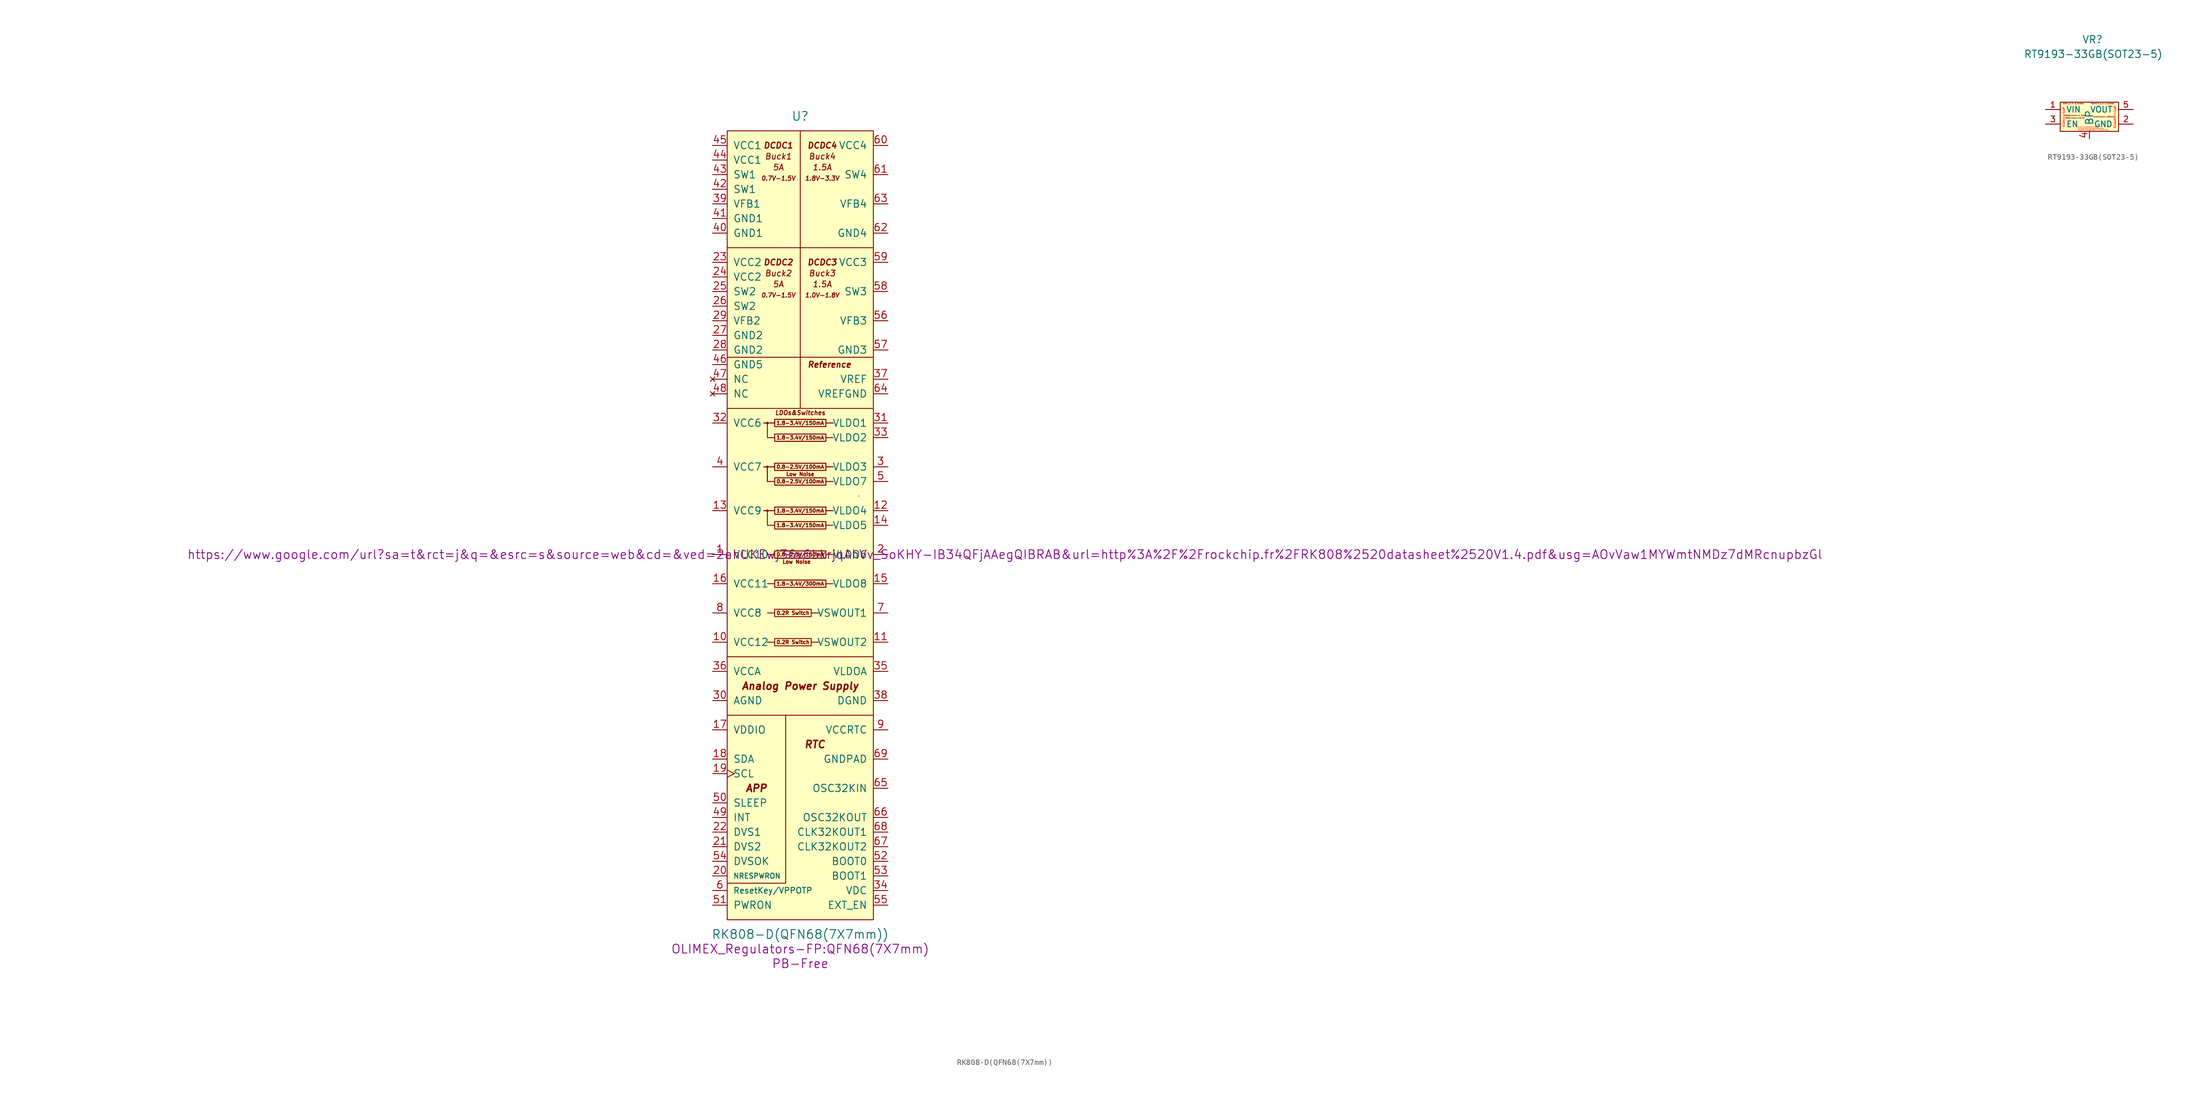
<source format=kicad_sym>
(kicad_symbol_lib
  (version 20220914)
  (generator kicad_symbol_editor)
  (symbol "RK808-D(QFN68(7X7mm))"
    (pin_names
      (offset 1.016))
    (property "Reference" "U"
      (at 0 71.12 0)
      (effects (font (size 1.524 1.524))))
    (property "Value" "RK808-D(QFN68(7X7mm))"
      (at 0 -71.12 0)
      (effects (font (size 1.524 1.524))))
    (property "Footprint" "OLIMEX_Regulators-FP:QFN68(7X7mm)"
      (at 0 -73.66 0)
      (effects (font (size 1.524 1.524))))
    (property "Datasheet" "https://www.google.com/url?sa=t&rct=j&q=&esrc=s&source=web&cd=&ved=2ahUKEwj36v6bkrjqAhVv_SoKHY-IB34QFjAAegQIBRAB&url=http%3A%2F%2Frockchip.fr%2FRK808%2520datasheet%2520V1.4.pdf&usg=AOvVaw1MYWmtNMDz7dMRcnupbzGl"
      (at 35.56 -5.08 0)
      (effects (font (size 1.524 1.524))))
    (property "Note" "PB-Free"
      (at 0 -76.2 0)
      (effects (font (size 1.524 1.524))))
    (symbol "RK808-D(QFN68(7X7mm))_0_0"
      (circle (center -5.715 2.54) (radius 0.127) (stroke (width 0) (type solid)) (fill (type none)))
      (circle (center -5.715 2.54) (radius 0.127) (stroke (width 0) (type solid)) (fill (type none)))
      (circle (center -5.715 10.16) (radius 0.127) (stroke (width 0) (type solid)) (fill (type none)))
      (circle (center -5.715 10.16) (radius 0.127) (stroke (width 0) (type solid)) (fill (type none)))
      (circle (center -5.715 17.78) (radius 0.127) (stroke (width 0) (type solid)) (fill (type none)))
      (circle (center -5.715 17.78) (radius 0.127) (stroke (width 0) (type solid)) (fill (type none)))
      (polyline (pts (xy -12.7 -22.86) (xy 12.7 -22.86)) (stroke (width 0) (type solid)) (fill (type none)))
      (polyline (pts (xy -6.35 2.54) (xy -4.445 2.54)) (stroke (width 0) (type solid)) (fill (type none)))
      (polyline (pts (xy -6.35 2.54) (xy -4.445 2.54)) (stroke (width 0) (type solid)) (fill (type none)))
      (polyline (pts (xy -6.35 10.16) (xy -4.445 10.16)) (stroke (width 0) (type solid)) (fill (type none)))
      (polyline (pts (xy -6.35 10.16) (xy -4.445 10.16)) (stroke (width 0) (type solid)) (fill (type none)))
      (polyline (pts (xy -6.35 17.78) (xy -4.445 17.78)) (stroke (width 0) (type solid)) (fill (type none)))
      (polyline (pts (xy -6.35 17.78) (xy -4.445 17.78)) (stroke (width 0) (type solid)) (fill (type none)))
      (polyline (pts (xy -4.445 -20.32) (xy -5.715 -20.32)) (stroke (width 0) (type solid)) (fill (type none)))
      (polyline (pts (xy -4.445 -15.24) (xy -5.715 -15.24)) (stroke (width 0) (type solid)) (fill (type none)))
      (polyline (pts (xy -4.445 -10.16) (xy -5.715 -10.16)) (stroke (width 0) (type solid)) (fill (type none)))
      (polyline (pts (xy -4.445 -5.08) (xy -5.715 -5.08)) (stroke (width 0) (type solid)) (fill (type none)))
      (polyline (pts (xy 0 29.21) (xy 0 20.32)) (stroke (width 0) (type solid)) (fill (type none)))
      (polyline (pts (xy 1.905 -20.32) (xy 3.175 -20.32)) (stroke (width 0) (type solid)) (fill (type none)))
      (polyline (pts (xy 1.905 -15.24) (xy 3.175 -15.24)) (stroke (width 0) (type solid)) (fill (type none)))
      (polyline (pts (xy 4.445 -10.16) (xy 5.715 -10.16)) (stroke (width 0) (type solid)) (fill (type none)))
      (polyline (pts (xy 4.445 -5.08) (xy 5.715 -5.08)) (stroke (width 0) (type solid)) (fill (type none)))
      (polyline (pts (xy 4.445 0) (xy 5.715 0)) (stroke (width 0) (type solid)) (fill (type none)))
      (polyline (pts (xy 4.445 2.54) (xy 5.715 2.54)) (stroke (width 0) (type solid)) (fill (type none)))
      (polyline (pts (xy 4.445 2.54) (xy 5.715 2.54)) (stroke (width 0) (type solid)) (fill (type none)))
      (polyline (pts (xy 4.445 7.62) (xy 5.715 7.62)) (stroke (width 0) (type solid)) (fill (type none)))
      (polyline (pts (xy 4.445 7.62) (xy 5.715 7.62)) (stroke (width 0) (type solid)) (fill (type none)))
      (polyline (pts (xy 4.445 10.16) (xy 5.715 10.16)) (stroke (width 0) (type solid)) (fill (type none)))
      (polyline (pts (xy 4.445 10.16) (xy 5.715 10.16)) (stroke (width 0) (type solid)) (fill (type none)))
      (polyline (pts (xy 4.445 15.24) (xy 5.715 15.24)) (stroke (width 0) (type solid)) (fill (type none)))
      (polyline (pts (xy 4.445 17.78) (xy 5.715 17.78)) (stroke (width 0) (type solid)) (fill (type none)))
      (polyline (pts (xy 4.445 17.78) (xy 5.715 17.78)) (stroke (width 0) (type solid)) (fill (type none)))
      (polyline (pts (xy -12.7 -62.23) (xy -2.54 -62.23) (xy -2.54 -33.02)) (stroke (width 0) (type solid)) (fill (type none)))
      (polyline (pts (xy -4.445 0) (xy -5.715 0) (xy -5.715 2.54)) (stroke (width 0) (type solid)) (fill (type none)))
      (polyline (pts (xy -4.445 7.62) (xy -5.715 7.62) (xy -5.715 10.16)) (stroke (width 0) (type solid)) (fill (type none)))
      (polyline (pts (xy -4.445 7.62) (xy -5.715 7.62) (xy -5.715 10.16)) (stroke (width 0) (type solid)) (fill (type none)))
      (polyline (pts (xy -4.445 15.24) (xy -5.715 15.24) (xy -5.715 17.78)) (stroke (width 0) (type solid)) (fill (type none)))
      (polyline (pts (xy -4.445 -19.685) (xy -4.445 -20.955) (xy 1.905 -20.955) (xy 1.905 -19.685) (xy -4.445 -19.685)) (stroke (width 0) (type solid)) (fill (type none)))
      (polyline (pts (xy -4.445 -14.605) (xy -4.445 -15.875) (xy 1.905 -15.875) (xy 1.905 -14.605) (xy -4.445 -14.605)) (stroke (width 0) (type solid)) (fill (type none)))
      (polyline (pts (xy -4.445 -9.525) (xy -4.445 -10.795) (xy 4.445 -10.795) (xy 4.445 -9.525) (xy -4.445 -9.525)) (stroke (width 0) (type solid)) (fill (type none)))
      (polyline (pts (xy -4.445 -9.525) (xy -4.445 -10.795) (xy 4.445 -10.795) (xy 4.445 -9.525) (xy -4.445 -9.525)) (stroke (width 0) (type solid)) (fill (type none)))
      (polyline (pts (xy -4.445 -4.445) (xy -4.445 -5.715) (xy 4.445 -5.715) (xy 4.445 -4.445) (xy -4.445 -4.445)) (stroke (width 0) (type solid)) (fill (type none)))
      (polyline (pts (xy -4.445 -4.445) (xy -4.445 -5.715) (xy 4.445 -5.715) (xy 4.445 -4.445) (xy -4.445 -4.445)) (stroke (width 0) (type solid)) (fill (type none)))
      (polyline (pts (xy -4.445 0.635) (xy -4.445 -0.635) (xy 4.445 -0.635) (xy 4.445 0.635) (xy -4.445 0.635)) (stroke (width 0) (type solid)) (fill (type none)))
      (polyline (pts (xy -4.445 0.635) (xy -4.445 -0.635) (xy 4.445 -0.635) (xy 4.445 0.635) (xy -4.445 0.635)) (stroke (width 0) (type solid)) (fill (type none)))
      (polyline (pts (xy -4.445 3.175) (xy -4.445 1.905) (xy 4.445 1.905) (xy 4.445 3.175) (xy -4.445 3.175)) (stroke (width 0) (type solid)) (fill (type none)))
      (polyline (pts (xy -4.445 3.175) (xy -4.445 1.905) (xy 4.445 1.905) (xy 4.445 3.175) (xy -4.445 3.175)) (stroke (width 0) (type solid)) (fill (type none)))
      (polyline (pts (xy -4.445 8.255) (xy -4.445 6.985) (xy 4.445 6.985) (xy 4.445 8.255) (xy -4.445 8.255)) (stroke (width 0) (type solid)) (fill (type none)))
      (polyline (pts (xy -4.445 8.255) (xy -4.445 6.985) (xy 4.445 6.985) (xy 4.445 8.255) (xy -4.445 8.255)) (stroke (width 0) (type solid)) (fill (type none)))
      (polyline (pts (xy -4.445 10.795) (xy -4.445 9.525) (xy 4.445 9.525) (xy 4.445 10.795) (xy -4.445 10.795)) (stroke (width 0) (type solid)) (fill (type none)))
      (polyline (pts (xy -4.445 10.795) (xy -4.445 9.525) (xy 4.445 9.525) (xy 4.445 10.795) (xy -4.445 10.795)) (stroke (width 0) (type solid)) (fill (type none)))
      (polyline (pts (xy -4.445 15.875) (xy -4.445 14.605) (xy 4.445 14.605) (xy 4.445 15.875) (xy -4.445 15.875)) (stroke (width 0) (type solid)) (fill (type none)))
      (polyline (pts (xy -4.445 15.875) (xy -4.445 14.605) (xy 4.445 14.605) (xy 4.445 15.875) (xy -4.445 15.875)) (stroke (width 0) (type solid)) (fill (type none)))
      (polyline (pts (xy -4.445 18.415) (xy -4.445 17.145) (xy 4.445 17.145) (xy 4.445 18.415) (xy -4.445 18.415)) (stroke (width 0) (type solid)) (fill (type none)))
      (polyline (pts (xy -4.445 18.415) (xy -4.445 17.145) (xy 4.445 17.145) (xy 4.445 18.415) (xy -4.445 18.415)) (stroke (width 0) (type solid)) (fill (type none)))
      (text "0.2R Switch" (at -1.27 -20.32 0) (effects (font (size 0.635 0.635))))
      (text "0.2R Switch" (at -1.27 -15.24 0) (effects (font (size 0.635 0.635))))
      (text "0.7V-1.5V" (at -3.81 40.005 0) (effects (font (size 0.762 0.762) italic)))
      (text "0.7V-1.5V" (at -3.81 60.325 0) (effects (font (size 0.762 0.762) italic)))
      (text "0.8-2.5V/100mA" (at 0 7.62 0) (effects (font (size 0.635 0.635))))
      (text "0.8-2.5V/100mA" (at 0 10.16 0) (effects (font (size 0.635 0.635))))
      (text "0.8-2.5V/150mA" (at 0 -5.08 0) (effects (font (size 0.635 0.635))))
      (text "1.0V-1.8V" (at 3.81 40.005 0) (effects (font (size 0.762 0.762) italic)))
      (text "1.5A" (at 3.81 41.91 0) (effects (font (size 1.016 1.016) italic)))
      (text "1.5A" (at 3.81 62.23 0) (effects (font (size 1.016 1.016) italic)))
      (text "1.8-3.4V/150mA" (at 0 0 0) (effects (font (size 0.635 0.635))))
      (text "1.8-3.4V/150mA" (at 0 2.54 0) (effects (font (size 0.635 0.635))))
      (text "1.8-3.4V/150mA" (at 0 15.24 0) (effects (font (size 0.635 0.635))))
      (text "1.8-3.4V/150mA" (at 0 17.78 0) (effects (font (size 0.635 0.635))))
      (text "1.8-3.4V/300mA" (at 0 -10.16 0) (effects (font (size 0.635 0.635))))
      (text "1.8V-3.3V" (at 3.81 60.325 0) (effects (font (size 0.762 0.762) italic)))
      (text "5A" (at -3.81 41.91 0) (effects (font (size 1.016 1.016) italic)))
      (text "5A" (at -3.81 62.23 0) (effects (font (size 1.016 1.016) italic)))
      (text "Analog Power Supply" (at 0 -27.94 0) (effects (font (size 1.27 1.27) bold italic)))
      (text "APP" (at -7.62 -45.72 0) (effects (font (size 1.27 1.27) bold italic)))
      (text "Buck1" (at -3.81 64.135 0) (effects (font (size 1.016 1.016) italic)))
      (text "Buck2" (at -3.81 43.815 0) (effects (font (size 1.016 1.016) italic)))
      (text "Buck3" (at 3.81 43.815 0) (effects (font (size 1.016 1.016) italic)))
      (text "Buck4" (at 3.81 64.135 0) (effects (font (size 1.016 1.016) italic)))
      (text "DCDC1" (at -3.81 66.04 0) (effects (font (size 1.016 1.016) bold italic)))
      (text "DCDC2" (at -3.81 45.72 0) (effects (font (size 1.016 1.016) bold italic)))
      (text "DCDC3" (at 3.81 45.72 0) (effects (font (size 1.016 1.016) bold italic)))
      (text "DCDC4" (at 3.81 66.04 0) (effects (font (size 1.016 1.016) bold italic)))
      (text "LDOs&Switches" (at 0 19.558 0) (effects (font (size 0.762 0.762) bold italic)))
      (text "Low Noise" (at -0.635 -6.35 0) (effects (font (size 0.635 0.635))))
      (text "Low Noise" (at 0 8.89 0) (effects (font (size 0.635 0.635))))
      (text "Reference" (at 5.08 27.94 0) (effects (font (size 1.016 1.016) bold italic)))
      (text "RTC" (at 2.54 -38.1 0) (effects (font (size 1.27 1.27) bold italic))))
    (symbol "RK808-D(QFN68(7X7mm))_0_1"
      (rectangle (start -12.7 68.58) (end 12.7 -68.58) (stroke (width 0) (type solid)) (fill (type background)))
      (polyline (pts (xy -12.7 -33.02) (xy 12.7 -33.02)) (stroke (width 0) (type solid)) (fill (type none)))
      (polyline (pts (xy -12.7 20.32) (xy 12.7 20.32)) (stroke (width 0) (type solid)) (fill (type none)))
      (polyline (pts (xy -12.7 29.21) (xy 0 29.21)) (stroke (width 0) (type solid)) (fill (type none)))
      (polyline (pts (xy 0 29.21) (xy 12.7 29.21)) (stroke (width 0) (type solid)) (fill (type none)))
      (polyline (pts (xy 0 48.26) (xy 0 29.21)) (stroke (width 0) (type solid)) (fill (type none)))
      (polyline (pts (xy 0 48.26) (xy 12.7 48.26)) (stroke (width 0) (type solid)) (fill (type none)))
      (polyline (pts (xy 0 68.58) (xy 0 48.26) (xy -12.7 48.26)) (stroke (width 0) (type solid)) (fill (type none)))
      (rectangle (start 10.16 5.08) (end 10.16 5.08) (stroke (width 0) (type solid)) (fill (type none))))
    (symbol "RK808-D(QFN68(7X7mm))_1_1"
      (pin power_in line (at -15.24 -5.08 0) (length 2.54) (name "VCC10" (effects (font (size 1.27 1.27)))) (number "1" (effects (font (size 1.27 1.27)))))
      (pin power_in line (at -15.24 -20.32 0) (length 2.54) (name "VCC12" (effects (font (size 1.27 1.27)))) (number "10" (effects (font (size 1.27 1.27)))))
      (pin power_out line (at 15.24 -20.32 180) (length 2.54) (name "VSWOUT2" (effects (font (size 1.27 1.27)))) (number "11" (effects (font (size 1.27 1.27)))))
      (pin power_out line (at 15.24 2.54 180) (length 2.54) (name "VLDO4" (effects (font (size 1.27 1.27)))) (number "12" (effects (font (size 1.27 1.27)))))
      (pin power_in line (at -15.24 2.54 0) (length 2.54) (name "VCC9" (effects (font (size 1.27 1.27)))) (number "13" (effects (font (size 1.27 1.27)))))
      (pin power_out line (at 15.24 0 180) (length 2.54) (name "VLDO5" (effects (font (size 1.27 1.27)))) (number "14" (effects (font (size 1.27 1.27)))))
      (pin power_out line (at 15.24 -10.16 180) (length 2.54) (name "VLDO8" (effects (font (size 1.27 1.27)))) (number "15" (effects (font (size 1.27 1.27)))))
      (pin power_in line (at -15.24 -10.16 0) (length 2.54) (name "VCC11" (effects (font (size 1.27 1.27)))) (number "16" (effects (font (size 1.27 1.27)))))
      (pin power_in line (at -15.24 -35.56 0) (length 2.54) (name "VDDIO" (effects (font (size 1.27 1.27)))) (number "17" (effects (font (size 1.27 1.27)))))
      (pin bidirectional line (at -15.24 -40.64 0) (length 2.54) (name "SDA" (effects (font (size 1.27 1.27)))) (number "18" (effects (font (size 1.27 1.27)))))
      (pin input clock (at -15.24 -43.18 0) (length 2.54) (name "SCL" (effects (font (size 1.27 1.27)))) (number "19" (effects (font (size 1.27 1.27)))))
      (pin power_out line (at 15.24 -5.08 180) (length 2.54) (name "VLDO6" (effects (font (size 1.27 1.27)))) (number "2" (effects (font (size 1.27 1.27)))))
      (pin output line (at -15.24 -60.96 0) (length 2.54) (name "NRESPWRON" (effects (font (size 0.889 0.889)))) (number "20" (effects (font (size 1.27 1.27)))))
      (pin input line (at -15.24 -55.88 0) (length 2.54) (name "DVS2" (effects (font (size 1.27 1.27)))) (number "21" (effects (font (size 1.27 1.27)))))
      (pin input line (at -15.24 -53.34 0) (length 2.54) (name "DVS1" (effects (font (size 1.27 1.27)))) (number "22" (effects (font (size 1.27 1.27)))))
      (pin power_in line (at -15.24 45.72 0) (length 2.54) (name "VCC2" (effects (font (size 1.27 1.27)))) (number "23" (effects (font (size 1.27 1.27)))))
      (pin power_in line (at -15.24 43.18 0) (length 2.54) (name "VCC2" (effects (font (size 1.27 1.27)))) (number "24" (effects (font (size 1.27 1.27)))))
      (pin output line (at -15.24 40.64 0) (length 2.54) (name "SW2" (effects (font (size 1.27 1.27)))) (number "25" (effects (font (size 1.27 1.27)))))
      (pin output line (at -15.24 38.1 0) (length 2.54) (name "SW2" (effects (font (size 1.27 1.27)))) (number "26" (effects (font (size 1.27 1.27)))))
      (pin power_in line (at -15.24 33.02 0) (length 2.54) (name "GND2" (effects (font (size 1.27 1.27)))) (number "27" (effects (font (size 1.27 1.27)))))
      (pin power_in line (at -15.24 30.48 0) (length 2.54) (name "GND2" (effects (font (size 1.27 1.27)))) (number "28" (effects (font (size 1.27 1.27)))))
      (pin input line (at -15.24 35.56 0) (length 2.54) (name "VFB2" (effects (font (size 1.27 1.27)))) (number "29" (effects (font (size 1.27 1.27)))))
      (pin power_out line (at 15.24 10.16 180) (length 2.54) (name "VLDO3" (effects (font (size 1.27 1.27)))) (number "3" (effects (font (size 1.27 1.27)))))
      (pin power_in line (at -15.24 -30.48 0) (length 2.54) (name "AGND" (effects (font (size 1.27 1.27)))) (number "30" (effects (font (size 1.27 1.27)))))
      (pin power_out line (at 15.24 17.78 180) (length 2.54) (name "VLDO1" (effects (font (size 1.27 1.27)))) (number "31" (effects (font (size 1.27 1.27)))))
      (pin power_in line (at -15.24 17.78 0) (length 2.54) (name "VCC6" (effects (font (size 1.27 1.27)))) (number "32" (effects (font (size 1.27 1.27)))))
      (pin power_in line (at 15.24 15.24 180) (length 2.54) (name "VLDO2" (effects (font (size 1.27 1.27)))) (number "33" (effects (font (size 1.27 1.27)))))
      (pin input line (at 15.24 -63.5 180) (length 2.54) (name "VDC" (effects (font (size 1.27 1.27)))) (number "34" (effects (font (size 1.27 1.27)))))
      (pin power_in line (at 15.24 -25.4 180) (length 2.54) (name "VLDOA" (effects (font (size 1.27 1.27)))) (number "35" (effects (font (size 1.27 1.27)))))
      (pin power_in line (at -15.24 -25.4 0) (length 2.54) (name "VCCA" (effects (font (size 1.27 1.27)))) (number "36" (effects (font (size 1.27 1.27)))))
      (pin input line (at 15.24 25.4 180) (length 2.54) (name "VREF" (effects (font (size 1.27 1.27)))) (number "37" (effects (font (size 1.27 1.27)))))
      (pin power_in line (at 15.24 -30.48 180) (length 2.54) (name "DGND" (effects (font (size 1.27 1.27)))) (number "38" (effects (font (size 1.27 1.27)))))
      (pin input line (at -15.24 55.88 0) (length 2.54) (name "VFB1" (effects (font (size 1.27 1.27)))) (number "39" (effects (font (size 1.27 1.27)))))
      (pin power_in line (at -15.24 10.16 0) (length 2.54) (name "VCC7" (effects (font (size 1.27 1.27)))) (number "4" (effects (font (size 1.27 1.27)))))
      (pin power_in line (at -15.24 50.8 0) (length 2.54) (name "GND1" (effects (font (size 1.27 1.27)))) (number "40" (effects (font (size 1.27 1.27)))))
      (pin power_in line (at -15.24 53.34 0) (length 2.54) (name "GND1" (effects (font (size 1.27 1.27)))) (number "41" (effects (font (size 1.27 1.27)))))
      (pin output line (at -15.24 58.42 0) (length 2.54) (name "SW1" (effects (font (size 1.27 1.27)))) (number "42" (effects (font (size 1.27 1.27)))))
      (pin output line (at -15.24 60.96 0) (length 2.54) (name "SW1" (effects (font (size 1.27 1.27)))) (number "43" (effects (font (size 1.27 1.27)))))
      (pin power_in line (at -15.24 63.5 0) (length 2.54) (name "VCC1" (effects (font (size 1.27 1.27)))) (number "44" (effects (font (size 1.27 1.27)))))
      (pin power_in line (at -15.24 66.04 0) (length 2.54) (name "VCC1" (effects (font (size 1.27 1.27)))) (number "45" (effects (font (size 1.27 1.27)))))
      (pin power_in line (at -15.24 27.94 0) (length 2.54) (name "GND5" (effects (font (size 1.27 1.27)))) (number "46" (effects (font (size 1.27 1.27)))))
      (pin no_connect line (at -15.24 25.4 0) (length 2.54) (name "NC" (effects (font (size 1.27 1.27)))) (number "47" (effects (font (size 1.27 1.27)))))
      (pin no_connect line (at -15.24 22.86 0) (length 2.54) (name "NC" (effects (font (size 1.27 1.27)))) (number "48" (effects (font (size 1.27 1.27)))))
      (pin output line (at -15.24 -50.8 0) (length 2.54) (name "INT" (effects (font (size 1.27 1.27)))) (number "49" (effects (font (size 1.27 1.27)))))
      (pin power_out line (at 15.24 7.62 180) (length 2.54) (name "VLDO7" (effects (font (size 1.27 1.27)))) (number "5" (effects (font (size 1.27 1.27)))))
      (pin input line (at -15.24 -48.26 0) (length 2.54) (name "SLEEP" (effects (font (size 1.27 1.27)))) (number "50" (effects (font (size 1.27 1.27)))))
      (pin input line (at -15.24 -66.04 0) (length 2.54) (name "PWRON" (effects (font (size 1.27 1.27)))) (number "51" (effects (font (size 1.27 1.27)))))
      (pin input line (at 15.24 -58.42 180) (length 2.54) (name "BOOT0" (effects (font (size 1.27 1.27)))) (number "52" (effects (font (size 1.27 1.27)))))
      (pin input line (at 15.24 -60.96 180) (length 2.54) (name "BOOT1" (effects (font (size 1.27 1.27)))) (number "53" (effects (font (size 1.27 1.27)))))
      (pin output line (at -15.24 -58.42 0) (length 2.54) (name "DVSOK" (effects (font (size 1.27 1.27)))) (number "54" (effects (font (size 1.27 1.27)))))
      (pin output line (at 15.24 -66.04 180) (length 2.54) (name "EXT_EN" (effects (font (size 1.27 1.27)))) (number "55" (effects (font (size 1.27 1.27)))))
      (pin input line (at 15.24 35.56 180) (length 2.54) (name "VFB3" (effects (font (size 1.27 1.27)))) (number "56" (effects (font (size 1.27 1.27)))))
      (pin power_in line (at 15.24 30.48 180) (length 2.54) (name "GND3" (effects (font (size 1.27 1.27)))) (number "57" (effects (font (size 1.27 1.27)))))
      (pin output line (at 15.24 40.64 180) (length 2.54) (name "SW3" (effects (font (size 1.27 1.27)))) (number "58" (effects (font (size 1.27 1.27)))))
      (pin power_in line (at 15.24 45.72 180) (length 2.54) (name "VCC3" (effects (font (size 1.27 1.27)))) (number "59" (effects (font (size 1.27 1.27)))))
      (pin input line (at -15.24 -63.5 0) (length 2.54) (name "ResetKey/VPPOTP" (effects (font (size 1.016 1.016)))) (number "6" (effects (font (size 1.27 1.27)))))
      (pin power_in line (at 15.24 66.04 180) (length 2.54) (name "VCC4" (effects (font (size 1.27 1.27)))) (number "60" (effects (font (size 1.27 1.27)))))
      (pin power_in line (at 15.24 60.96 180) (length 2.54) (name "SW4" (effects (font (size 1.27 1.27)))) (number "61" (effects (font (size 1.27 1.27)))))
      (pin power_in line (at 15.24 50.8 180) (length 2.54) (name "GND4" (effects (font (size 1.27 1.27)))) (number "62" (effects (font (size 1.27 1.27)))))
      (pin input line (at 15.24 55.88 180) (length 2.54) (name "VFB4" (effects (font (size 1.27 1.27)))) (number "63" (effects (font (size 1.27 1.27)))))
      (pin power_in line (at 15.24 22.86 180) (length 2.54) (name "VREFGND" (effects (font (size 1.27 1.27)))) (number "64" (effects (font (size 1.27 1.27)))))
      (pin input line (at 15.24 -45.72 180) (length 2.54) (name "OSC32KIN" (effects (font (size 1.27 1.27)))) (number "65" (effects (font (size 1.27 1.27)))))
      (pin output line (at 15.24 -50.8 180) (length 2.54) (name "OSC32KOUT" (effects (font (size 1.27 1.27)))) (number "66" (effects (font (size 1.27 1.27)))))
      (pin output line (at 15.24 -55.88 180) (length 2.54) (name "CLK32KOUT2" (effects (font (size 1.27 1.27)))) (number "67" (effects (font (size 1.27 1.27)))))
      (pin output line (at 15.24 -53.34 180) (length 2.54) (name "CLK32KOUT1" (effects (font (size 1.27 1.27)))) (number "68" (effects (font (size 1.27 1.27)))))
      (pin power_in line (at 15.24 -40.64 180) (length 2.54) (name "GNDPAD" (effects (font (size 1.27 1.27)))) (number "69" (effects (font (size 1.27 1.27)))))
      (pin power_out line (at 15.24 -15.24 180) (length 2.54) (name "VSWOUT1" (effects (font (size 1.27 1.27)))) (number "7" (effects (font (size 1.27 1.27)))))
      (pin power_in line (at -15.24 -15.24 0) (length 2.54) (name "VCC8" (effects (font (size 1.27 1.27)))) (number "8" (effects (font (size 1.27 1.27)))))
      (pin power_in line (at 15.24 -35.56 180) (length 2.54) (name "VCCRTC" (effects (font (size 1.27 1.27)))) (number "9" (effects (font (size 1.27 1.27)))))))
  (symbol "RT9193-33GB(SOT23-5)"
    (pin_names
      (offset 1.016))
    (property "Reference" "VR"
      (at -1.27 12.7 0)
      (effects (font (size 1.27 1.27)) (justify left bottom)))
    (property "Value" "RT9193-33GB(SOT23-5)"
      (at -11.43 10.16 0)
      (effects (font (size 1.27 1.27)) (justify left bottom)))
    (symbol "RT9193-33GB(SOT23-5)_1_0"
      (rectangle (start -5.08 2.54) (end 5.08 -2.54) (stroke (width 0) (type solid)) (fill (type background)))
      (text "C(in)>=1uF" (at -4.445 0 900) (effects (font (face "Liberation Sans") (size 0.381 0.381) bold (color 255 0 0 1))))
      (text "C(out)>=1uF" (at 4.445 0 900) (effects (font (face "Liberation Sans") (size 0.381 0.381) bold (color 255 0 0 1))))
      (text "Iout(nom)=300mA\n" (at 2.54 0 0) (effects (font (face "Liberation Sans") (size 0.254 0.254) bold italic)))
      (text "Vdrop=220mV@(Iout=300mA)\nIout(max)=ILIM=400mA@(RLOAD=1R)\nI(quiescent)=90uA@(VEN>=1.2V,IOUT=0mA)" (at -2.032 -2.032 0) (effects (font (face "Liberation Sans") (size 0.152 0.152) bold italic (color 255 0 0 1)) (justify left)))
      (text "VENH(min)=1.20V\nVENL(max)=0.4V" (at -2.54 0 0) (effects (font (face "Liberation Sans") (size 0.254 0.254) bold italic)))
      (text "VIN=(2.5~5.5)VDC" (at -2.794 2.286 0) (effects (font (face "Liberation Sans") (size 0.254 0.254) bold italic)))
      (text "VOUT=(1.5~5.0)VDC" (at 2.286 2.286 0) (effects (font (face "Liberation Sans") (size 0.254 0.254) bold italic))))
    (symbol "RT9193-33GB(SOT23-5)_1_1"
      (pin power_in line (at -7.62 1.27 0) (length 2.54) (name "VIN" (effects (font (size 1.016 1.016)))) (number "1" (effects (font (size 1.016 1.016)))))
      (pin power_in line (at 7.62 -1.27 180) (length 2.54) (name "GND" (effects (font (size 1.016 1.016)))) (number "2" (effects (font (size 1.016 1.016)))))
      (pin input line (at -7.62 -1.27 0) (length 2.54) (name "EN" (effects (font (size 1.016 1.016)))) (number "3" (effects (font (size 1.016 1.016)))))
      (pin input line (at 0 -3.81 90) (length 1.27) (name "BP" (effects (font (size 1.27 1.27)))) (number "4" (effects (font (size 1.27 1.27)))))
      (pin power_out line (at 7.62 1.27 180) (length 2.54) (name "VOUT" (effects (font (size 1.016 1.016)))) (number "5" (effects (font (size 1.016 1.016))))))))
</source>
